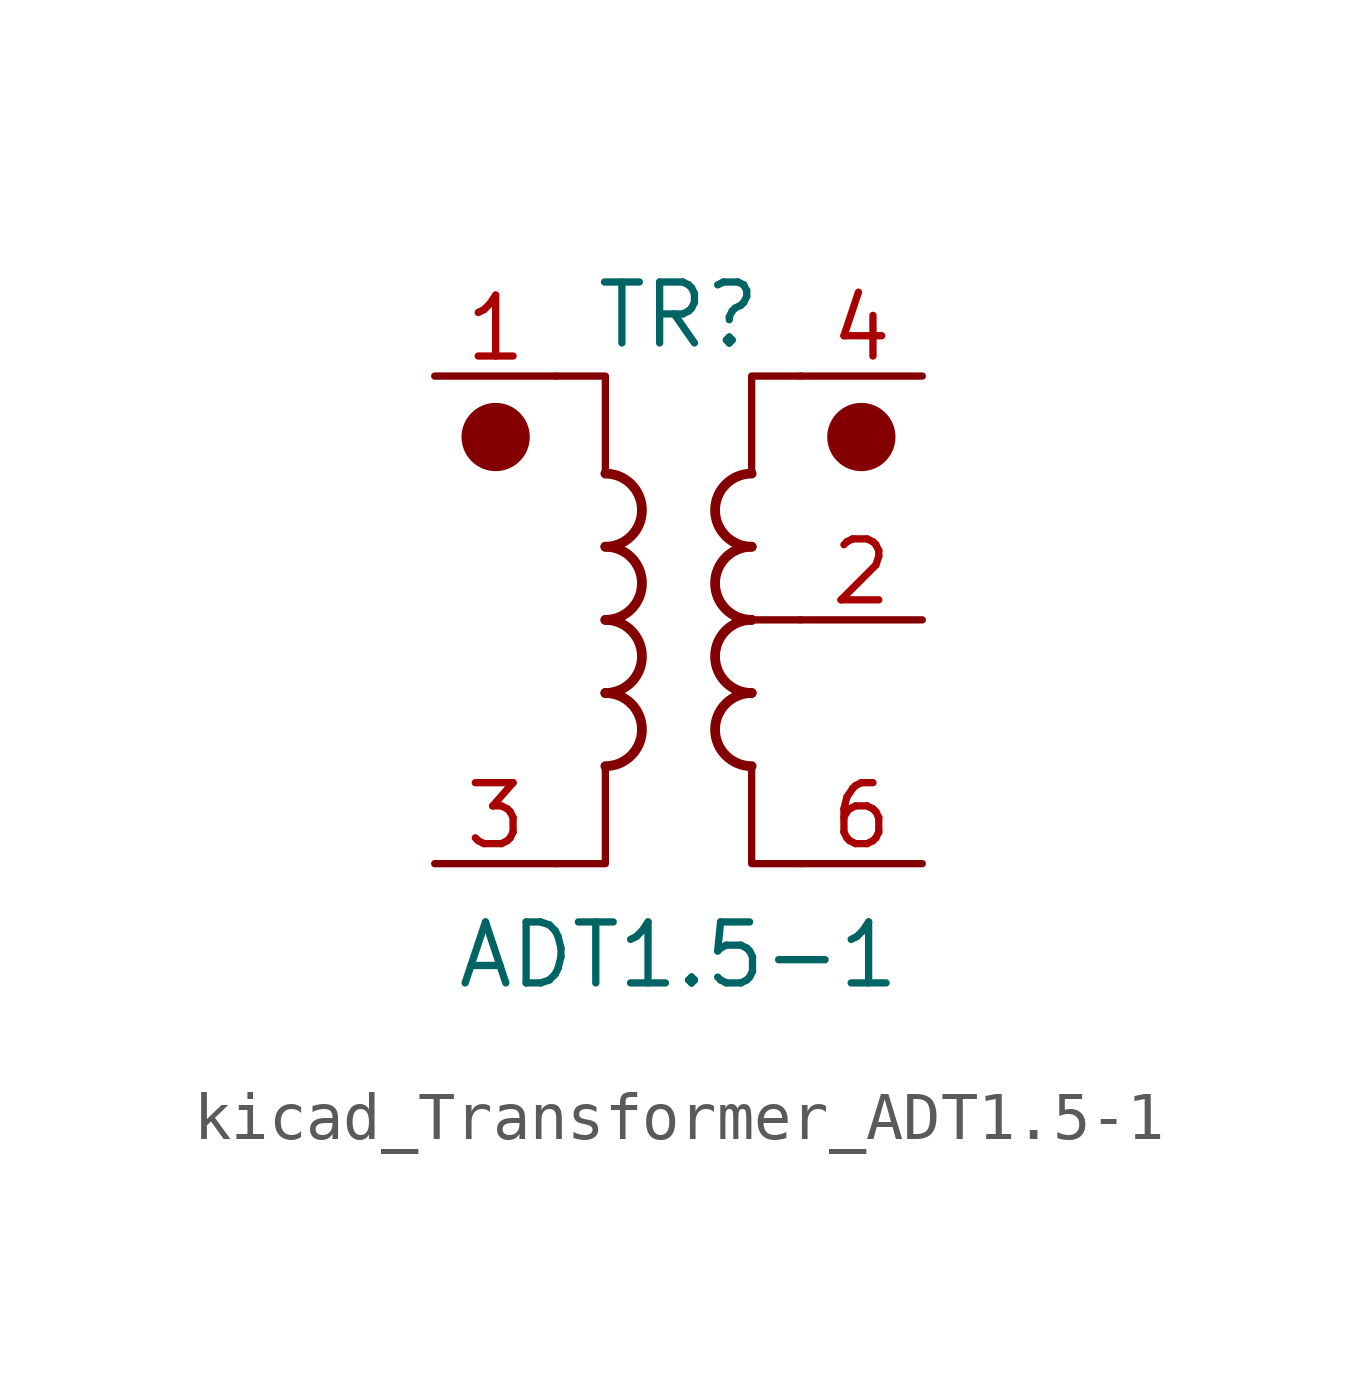
<source format=kicad_sym>
(kicad_symbol_lib
  (version 20220914)
  (generator kicad_symbol_editor)
  (symbol "kicad_Transformer_ADT1.5-1"
    (pin_names hide)
    (property "Reference" "TR"
      (at 0 6.35 0)
      (effects (font (size 1.27 1.27))))
    (property "Value" "ADT1.5-1"
      (at 0 -6.985 0)
      (effects (font (size 1.27 1.27))))
    (symbol "kicad_Transformer_ADT1.5-1_0_1"
      (circle (center -3.81 3.81) (radius 0.635) (stroke (width 0) (type default)) (fill (type outline)))
      (arc (start -1.524 -3.048) (mid -0.7653 -2.286) (end -1.524 -1.524) (stroke (width 0.2032) (type default)) (fill (type none)))
      (arc (start -1.524 -1.524) (mid -0.7653 -0.762) (end -1.524 0) (stroke (width 0.2032) (type default)) (fill (type none)))
      (arc (start -1.524 0) (mid -0.7653 0.762) (end -1.524 1.524) (stroke (width 0.2032) (type default)) (fill (type none)))
      (arc (start -1.524 1.524) (mid -0.7653 2.286) (end -1.524 3.048) (stroke (width 0.2032) (type default)) (fill (type none)))
      (polyline (pts (xy 2.54 0) (xy 1.27 0)) (stroke (width 0.152) (type default)) (fill (type none)))
      (polyline (pts (xy -2.54 5.08) (xy -1.524 5.08) (xy -1.524 3.048)) (stroke (width 0.152) (type default)) (fill (type none)))
      (polyline (pts (xy -1.524 -3.048) (xy -1.524 -5.08) (xy -2.54 -5.08)) (stroke (width 0.152) (type default)) (fill (type none)))
      (polyline (pts (xy 1.524 3.048) (xy 1.524 5.08) (xy 2.54 5.08)) (stroke (width 0.152) (type default)) (fill (type none)))
      (polyline (pts (xy 2.54 -5.08) (xy 1.524 -5.08) (xy 1.524 -3.048)) (stroke (width 0.152) (type default)) (fill (type none)))
      (arc (start 1.524 -1.524) (mid 0.7653 -2.286) (end 1.524 -3.048) (stroke (width 0.2032) (type default)) (fill (type none)))
      (arc (start 1.524 0) (mid 0.7653 -0.762) (end 1.524 -1.524) (stroke (width 0.2032) (type default)) (fill (type none)))
      (arc (start 1.524 1.524) (mid 0.7653 0.762) (end 1.524 0) (stroke (width 0.2032) (type default)) (fill (type none)))
      (arc (start 1.524 3.048) (mid 0.7653 2.286) (end 1.524 1.524) (stroke (width 0.2032) (type default)) (fill (type none)))
      (circle (center 3.81 3.81) (radius 0.635) (stroke (width 0) (type default)) (fill (type outline))))
    (symbol "kicad_Transformer_ADT1.5-1_1_1"
      (pin passive line (at -5.08 5.08 0) (length 2.54) (name "~" (effects (font (size 1.27 1.27)))) (number "1" (effects (font (size 1.27 1.27)))))
      (pin passive line (at 5.08 0 180) (length 2.54) (name "~" (effects (font (size 1.27 1.27)))) (number "2" (effects (font (size 1.27 1.27)))))
      (pin passive line (at -5.08 -5.08 0) (length 2.54) (name "~" (effects (font (size 1.27 1.27)))) (number "3" (effects (font (size 1.27 1.27)))))
      (pin passive line (at 5.08 5.08 180) (length 2.54) (name "~" (effects (font (size 1.27 1.27)))) (number "4" (effects (font (size 1.27 1.27)))))
      (pin no_connect line (at -2.54 0 0) (length 2.54) hide (name "~" (effects (font (size 1.27 1.27)))) (number "5" (effects (font (size 1.27 1.27)))))
      (pin passive line (at 5.08 -5.08 180) (length 2.54) (name "~" (effects (font (size 1.27 1.27)))) (number "6" (effects (font (size 1.27 1.27))))))))
</source>
